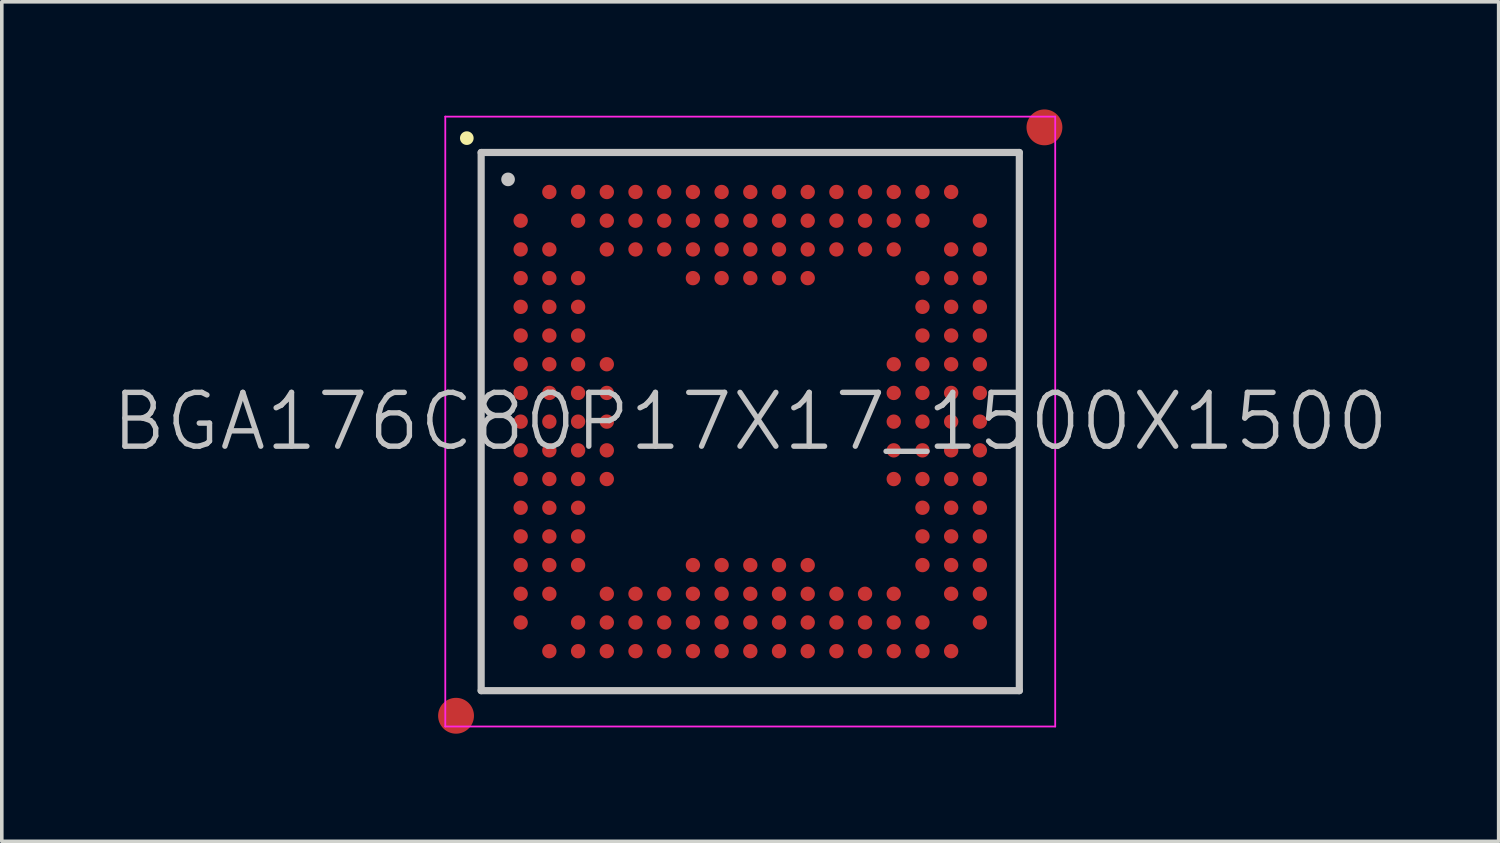
<source format=kicad_pcb>
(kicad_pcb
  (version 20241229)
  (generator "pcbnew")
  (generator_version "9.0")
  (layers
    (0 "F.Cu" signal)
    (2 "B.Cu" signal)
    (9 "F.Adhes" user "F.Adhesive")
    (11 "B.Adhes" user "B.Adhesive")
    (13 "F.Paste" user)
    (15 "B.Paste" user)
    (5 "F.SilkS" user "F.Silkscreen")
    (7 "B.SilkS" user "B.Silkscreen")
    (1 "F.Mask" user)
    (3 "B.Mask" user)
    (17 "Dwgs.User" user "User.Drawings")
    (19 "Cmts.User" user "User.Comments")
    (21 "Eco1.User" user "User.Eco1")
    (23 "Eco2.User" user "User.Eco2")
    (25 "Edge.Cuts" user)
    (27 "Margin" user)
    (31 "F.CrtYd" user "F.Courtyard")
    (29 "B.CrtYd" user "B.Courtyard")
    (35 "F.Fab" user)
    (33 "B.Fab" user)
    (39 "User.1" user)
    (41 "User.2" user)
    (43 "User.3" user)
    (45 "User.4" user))
  (footprint "BGA176C80P17X17_1500X1500"
    (layer "F.Cu")
    (at 17.861 8.7)
    (property "Reference" "BGA176C80P17X17_1500X1500" (at 0 0 0) (layer "Dwgs.User") (effects (font (size 1.5 1.5) (thickness 0.15))))
    (attr smd)
    (fp_line (start -7.9 -7.9) (end -7.9 -7.9) (stroke (width 0.381) (type solid)) (layer "F.SilkS"))
    (fp_line (start -7.5 -7.5) (end -7.5 7.5) (stroke (width 0.2) (type solid)) (layer "Dwgs.User"))
    (fp_line (start -7.5 -7.5) (end 7.5 -7.5) (stroke (width 0.2) (type solid)) (layer "Dwgs.User"))
    (fp_line (start -7.5 7.5) (end 7.5 7.5) (stroke (width 0.2) (type solid)) (layer "Dwgs.User"))
    (fp_line (start -6.75 -6.75) (end -6.75 -6.75) (stroke (width 0.381) (type solid)) (layer "Dwgs.User"))
    (fp_line (start 7.5 -7.5) (end 7.5 7.5) (stroke (width 0.2) (type solid)) (layer "Dwgs.User"))
    (fp_line (start -8.5 -8.5) (end -8.5 8.5) (stroke (width 0.05) (type solid)) (layer "F.CrtYd"))
    (fp_line (start -8.5 -8.5) (end 8.5 -8.5) (stroke (width 0.05) (type solid)) (layer "F.CrtYd"))
    (fp_line (start -8.5 8.5) (end 8.5 8.5) (stroke (width 0.05) (type solid)) (layer "F.CrtYd"))
    (fp_line (start 8.5 -8.5) (end 8.5 8.5) (stroke (width 0.05) (type solid)) (layer "F.CrtYd"))
    (pad "" smd circle (at -8.2 8.2) (size 1 1) (layers "F.Cu" "F.Mask"))
    (pad "" smd circle (at 8.2 -8.2) (size 1 1) (layers "F.Cu" "F.Mask"))
    (pad "A2" smd circle (at -5.599 -6.399) (size 0.4 0.4) (layers "F.Cu" "F.Mask" "F.Paste"))
    (pad "A3" smd circle (at -4.798 -6.399) (size 0.4 0.4) (layers "F.Cu" "F.Mask" "F.Paste"))
    (pad "A4" smd circle (at -3.998 -6.399) (size 0.4 0.4) (layers "F.Cu" "F.Mask" "F.Paste"))
    (pad "A5" smd circle (at -3.198 -6.399) (size 0.4 0.4) (layers "F.Cu" "F.Mask" "F.Paste"))
    (pad "A6" smd circle (at -2.398 -6.399) (size 0.4 0.4) (layers "F.Cu" "F.Mask" "F.Paste"))
    (pad "A7" smd circle (at -1.598 -6.399) (size 0.4 0.4) (layers "F.Cu" "F.Mask" "F.Paste"))
    (pad "A8" smd circle (at -0.798 -6.399) (size 0.4 0.4) (layers "F.Cu" "F.Mask" "F.Paste"))
    (pad "A9" smd circle (at 0.002 -6.399) (size 0.4 0.4) (layers "F.Cu" "F.Mask" "F.Paste"))
    (pad "A10" smd circle (at 0.802 -6.399) (size 0.4 0.4) (layers "F.Cu" "F.Mask" "F.Paste"))
    (pad "A11" smd circle (at 1.602 -6.399) (size 0.4 0.4) (layers "F.Cu" "F.Mask" "F.Paste"))
    (pad "A12" smd circle (at 2.402 -6.399) (size 0.4 0.4) (layers "F.Cu" "F.Mask" "F.Paste"))
    (pad "A13" smd circle (at 3.2 -6.399) (size 0.4 0.4) (layers "F.Cu" "F.Mask" "F.Paste"))
    (pad "A14" smd circle (at 4 -6.399) (size 0.4 0.4) (layers "F.Cu" "F.Mask" "F.Paste"))
    (pad "A15" smd circle (at 4.8 -6.399) (size 0.4 0.4) (layers "F.Cu" "F.Mask" "F.Paste"))
    (pad "A16" smd circle (at 5.6 -6.399) (size 0.4 0.4) (layers "F.Cu" "F.Mask" "F.Paste"))
    (pad "B1" smd circle (at -6.399 -5.599) (size 0.4 0.4) (layers "F.Cu" "F.Mask" "F.Paste"))
    (pad "B3" smd circle (at -4.798 -5.599) (size 0.4 0.4) (layers "F.Cu" "F.Mask" "F.Paste"))
    (pad "B4" smd circle (at -3.998 -5.599) (size 0.4 0.4) (layers "F.Cu" "F.Mask" "F.Paste"))
    (pad "B5" smd circle (at -3.198 -5.599) (size 0.4 0.4) (layers "F.Cu" "F.Mask" "F.Paste"))
    (pad "B6" smd circle (at -2.398 -5.599) (size 0.4 0.4) (layers "F.Cu" "F.Mask" "F.Paste"))
    (pad "B7" smd circle (at -1.598 -5.599) (size 0.4 0.4) (layers "F.Cu" "F.Mask" "F.Paste"))
    (pad "B8" smd circle (at -0.798 -5.599) (size 0.4 0.4) (layers "F.Cu" "F.Mask" "F.Paste"))
    (pad "B9" smd circle (at 0.002 -5.599) (size 0.4 0.4) (layers "F.Cu" "F.Mask" "F.Paste"))
    (pad "B10" smd circle (at 0.802 -5.599) (size 0.4 0.4) (layers "F.Cu" "F.Mask" "F.Paste"))
    (pad "B11" smd circle (at 1.602 -5.599) (size 0.4 0.4) (layers "F.Cu" "F.Mask" "F.Paste"))
    (pad "B12" smd circle (at 2.402 -5.599) (size 0.4 0.4) (layers "F.Cu" "F.Mask" "F.Paste"))
    (pad "B13" smd circle (at 3.2 -5.599) (size 0.4 0.4) (layers "F.Cu" "F.Mask" "F.Paste"))
    (pad "B14" smd circle (at 4 -5.599) (size 0.4 0.4) (layers "F.Cu" "F.Mask" "F.Paste"))
    (pad "B15" smd circle (at 4.8 -5.599) (size 0.4 0.4) (layers "F.Cu" "F.Mask" "F.Paste"))
    (pad "B17" smd circle (at 6.4 -5.599) (size 0.4 0.4) (layers "F.Cu" "F.Mask" "F.Paste"))
    (pad "C1" smd circle (at -6.399 -4.798) (size 0.4 0.4) (layers "F.Cu" "F.Mask" "F.Paste"))
    (pad "C2" smd circle (at -5.599 -4.798) (size 0.4 0.4) (layers "F.Cu" "F.Mask" "F.Paste"))
    (pad "C4" smd circle (at -3.998 -4.798) (size 0.4 0.4) (layers "F.Cu" "F.Mask" "F.Paste"))
    (pad "C5" smd circle (at -3.198 -4.798) (size 0.4 0.4) (layers "F.Cu" "F.Mask" "F.Paste"))
    (pad "C6" smd circle (at -2.398 -4.798) (size 0.4 0.4) (layers "F.Cu" "F.Mask" "F.Paste"))
    (pad "C7" smd circle (at -1.598 -4.798) (size 0.4 0.4) (layers "F.Cu" "F.Mask" "F.Paste"))
    (pad "C8" smd circle (at -0.798 -4.798) (size 0.4 0.4) (layers "F.Cu" "F.Mask" "F.Paste"))
    (pad "C9" smd circle (at 0.002 -4.798) (size 0.4 0.4) (layers "F.Cu" "F.Mask" "F.Paste"))
    (pad "C10" smd circle (at 0.802 -4.798) (size 0.4 0.4) (layers "F.Cu" "F.Mask" "F.Paste"))
    (pad "C11" smd circle (at 1.602 -4.798) (size 0.4 0.4) (layers "F.Cu" "F.Mask" "F.Paste"))
    (pad "C12" smd circle (at 2.402 -4.798) (size 0.4 0.4) (layers "F.Cu" "F.Mask" "F.Paste"))
    (pad "C13" smd circle (at 3.2 -4.798) (size 0.4 0.4) (layers "F.Cu" "F.Mask" "F.Paste"))
    (pad "C14" smd circle (at 4 -4.798) (size 0.4 0.4) (layers "F.Cu" "F.Mask" "F.Paste"))
    (pad "C16" smd circle (at 5.6 -4.798) (size 0.4 0.4) (layers "F.Cu" "F.Mask" "F.Paste"))
    (pad "C17" smd circle (at 6.4 -4.798) (size 0.4 0.4) (layers "F.Cu" "F.Mask" "F.Paste"))
    (pad "D1" smd circle (at -6.399 -3.998) (size 0.4 0.4) (layers "F.Cu" "F.Mask" "F.Paste"))
    (pad "D2" smd circle (at -5.599 -3.998) (size 0.4 0.4) (layers "F.Cu" "F.Mask" "F.Paste"))
    (pad "D3" smd circle (at -4.798 -3.998) (size 0.4 0.4) (layers "F.Cu" "F.Mask" "F.Paste"))
    (pad "D7" smd circle (at -1.598 -3.998) (size 0.4 0.4) (layers "F.Cu" "F.Mask" "F.Paste"))
    (pad "D8" smd circle (at -0.798 -3.998) (size 0.4 0.4) (layers "F.Cu" "F.Mask" "F.Paste"))
    (pad "D9" smd circle (at 0.002 -3.998) (size 0.4 0.4) (layers "F.Cu" "F.Mask" "F.Paste"))
    (pad "D10" smd circle (at 0.802 -3.998) (size 0.4 0.4) (layers "F.Cu" "F.Mask" "F.Paste"))
    (pad "D11" smd circle (at 1.602 -3.998) (size 0.4 0.4) (layers "F.Cu" "F.Mask" "F.Paste"))
    (pad "D15" smd circle (at 4.8 -3.998) (size 0.4 0.4) (layers "F.Cu" "F.Mask" "F.Paste"))
    (pad "D16" smd circle (at 5.6 -3.998) (size 0.4 0.4) (layers "F.Cu" "F.Mask" "F.Paste"))
    (pad "D17" smd circle (at 6.4 -3.998) (size 0.4 0.4) (layers "F.Cu" "F.Mask" "F.Paste"))
    (pad "E1" smd circle (at -6.399 -3.198) (size 0.4 0.4) (layers "F.Cu" "F.Mask" "F.Paste"))
    (pad "E2" smd circle (at -5.599 -3.198) (size 0.4 0.4) (layers "F.Cu" "F.Mask" "F.Paste"))
    (pad "E3" smd circle (at -4.798 -3.198) (size 0.4 0.4) (layers "F.Cu" "F.Mask" "F.Paste"))
    (pad "E15" smd circle (at 4.8 -3.198) (size 0.4 0.4) (layers "F.Cu" "F.Mask" "F.Paste"))
    (pad "E16" smd circle (at 5.6 -3.198) (size 0.4 0.4) (layers "F.Cu" "F.Mask" "F.Paste"))
    (pad "E17" smd circle (at 6.4 -3.198) (size 0.4 0.4) (layers "F.Cu" "F.Mask" "F.Paste"))
    (pad "F1" smd circle (at -6.399 -2.398) (size 0.4 0.4) (layers "F.Cu" "F.Mask" "F.Paste"))
    (pad "F2" smd circle (at -5.599 -2.398) (size 0.4 0.4) (layers "F.Cu" "F.Mask" "F.Paste"))
    (pad "F3" smd circle (at -4.798 -2.398) (size 0.4 0.4) (layers "F.Cu" "F.Mask" "F.Paste"))
    (pad "F15" smd circle (at 4.8 -2.398) (size 0.4 0.4) (layers "F.Cu" "F.Mask" "F.Paste"))
    (pad "F16" smd circle (at 5.6 -2.398) (size 0.4 0.4) (layers "F.Cu" "F.Mask" "F.Paste"))
    (pad "F17" smd circle (at 6.4 -2.398) (size 0.4 0.4) (layers "F.Cu" "F.Mask" "F.Paste"))
    (pad "G1" smd circle (at -6.399 -1.598) (size 0.4 0.4) (layers "F.Cu" "F.Mask" "F.Paste"))
    (pad "G2" smd circle (at -5.599 -1.598) (size 0.4 0.4) (layers "F.Cu" "F.Mask" "F.Paste"))
    (pad "G3" smd circle (at -4.798 -1.598) (size 0.4 0.4) (layers "F.Cu" "F.Mask" "F.Paste"))
    (pad "G4" smd circle (at -3.998 -1.598) (size 0.4 0.4) (layers "F.Cu" "F.Mask" "F.Paste"))
    (pad "G14" smd circle (at 4 -1.598) (size 0.4 0.4) (layers "F.Cu" "F.Mask" "F.Paste"))
    (pad "G15" smd circle (at 4.8 -1.598) (size 0.4 0.4) (layers "F.Cu" "F.Mask" "F.Paste"))
    (pad "G16" smd circle (at 5.6 -1.598) (size 0.4 0.4) (layers "F.Cu" "F.Mask" "F.Paste"))
    (pad "G17" smd circle (at 6.4 -1.598) (size 0.4 0.4) (layers "F.Cu" "F.Mask" "F.Paste"))
    (pad "H1" smd circle (at -6.399 -0.798) (size 0.4 0.4) (layers "F.Cu" "F.Mask" "F.Paste"))
    (pad "H2" smd circle (at -5.599 -0.798) (size 0.4 0.4) (layers "F.Cu" "F.Mask" "F.Paste"))
    (pad "H3" smd circle (at -4.798 -0.798) (size 0.4 0.4) (layers "F.Cu" "F.Mask" "F.Paste"))
    (pad "H4" smd circle (at -3.998 -0.798) (size 0.4 0.4) (layers "F.Cu" "F.Mask" "F.Paste"))
    (pad "H14" smd circle (at 4 -0.798) (size 0.4 0.4) (layers "F.Cu" "F.Mask" "F.Paste"))
    (pad "H15" smd circle (at 4.8 -0.798) (size 0.4 0.4) (layers "F.Cu" "F.Mask" "F.Paste"))
    (pad "H16" smd circle (at 5.6 -0.798) (size 0.4 0.4) (layers "F.Cu" "F.Mask" "F.Paste"))
    (pad "H17" smd circle (at 6.4 -0.798) (size 0.4 0.4) (layers "F.Cu" "F.Mask" "F.Paste"))
    (pad "J1" smd circle (at -6.399 0.002) (size 0.4 0.4) (layers "F.Cu" "F.Mask" "F.Paste"))
    (pad "J2" smd circle (at -5.599 0.002) (size 0.4 0.4) (layers "F.Cu" "F.Mask" "F.Paste"))
    (pad "J3" smd circle (at -4.798 0.002) (size 0.4 0.4) (layers "F.Cu" "F.Mask" "F.Paste"))
    (pad "J4" smd circle (at -3.998 0.002) (size 0.4 0.4) (layers "F.Cu" "F.Mask" "F.Paste"))
    (pad "J14" smd circle (at 4 0.002) (size 0.4 0.4) (layers "F.Cu" "F.Mask" "F.Paste"))
    (pad "J15" smd circle (at 4.8 0.002) (size 0.4 0.4) (layers "F.Cu" "F.Mask" "F.Paste"))
    (pad "J16" smd circle (at 5.6 0.002) (size 0.4 0.4) (layers "F.Cu" "F.Mask" "F.Paste"))
    (pad "J17" smd circle (at 6.4 0.002) (size 0.4 0.4) (layers "F.Cu" "F.Mask" "F.Paste"))
    (pad "K1" smd circle (at -6.399 0.802) (size 0.4 0.4) (layers "F.Cu" "F.Mask" "F.Paste"))
    (pad "K2" smd circle (at -5.599 0.802) (size 0.4 0.4) (layers "F.Cu" "F.Mask" "F.Paste"))
    (pad "K3" smd circle (at -4.798 0.802) (size 0.4 0.4) (layers "F.Cu" "F.Mask" "F.Paste"))
    (pad "K4" smd circle (at -3.998 0.802) (size 0.4 0.4) (layers "F.Cu" "F.Mask" "F.Paste"))
    (pad "K14" smd circle (at 4 0.802) (size 0.4 0.4) (layers "F.Cu" "F.Mask" "F.Paste"))
    (pad "K15" smd circle (at 4.8 0.802) (size 0.4 0.4) (layers "F.Cu" "F.Mask" "F.Paste"))
    (pad "K16" smd circle (at 5.6 0.802) (size 0.4 0.4) (layers "F.Cu" "F.Mask" "F.Paste"))
    (pad "K17" smd circle (at 6.4 0.802) (size 0.4 0.4) (layers "F.Cu" "F.Mask" "F.Paste"))
    (pad "L1" smd circle (at -6.399 1.602) (size 0.4 0.4) (layers "F.Cu" "F.Mask" "F.Paste"))
    (pad "L2" smd circle (at -5.599 1.602) (size 0.4 0.4) (layers "F.Cu" "F.Mask" "F.Paste"))
    (pad "L3" smd circle (at -4.798 1.602) (size 0.4 0.4) (layers "F.Cu" "F.Mask" "F.Paste"))
    (pad "L4" smd circle (at -3.998 1.602) (size 0.4 0.4) (layers "F.Cu" "F.Mask" "F.Paste"))
    (pad "L14" smd circle (at 4 1.602) (size 0.4 0.4) (layers "F.Cu" "F.Mask" "F.Paste"))
    (pad "L15" smd circle (at 4.8 1.602) (size 0.4 0.4) (layers "F.Cu" "F.Mask" "F.Paste"))
    (pad "L16" smd circle (at 5.6 1.602) (size 0.4 0.4) (layers "F.Cu" "F.Mask" "F.Paste"))
    (pad "L17" smd circle (at 6.4 1.602) (size 0.4 0.4) (layers "F.Cu" "F.Mask" "F.Paste"))
    (pad "M1" smd circle (at -6.399 2.402) (size 0.4 0.4) (layers "F.Cu" "F.Mask" "F.Paste"))
    (pad "M2" smd circle (at -5.599 2.402) (size 0.4 0.4) (layers "F.Cu" "F.Mask" "F.Paste"))
    (pad "M3" smd circle (at -4.798 2.402) (size 0.4 0.4) (layers "F.Cu" "F.Mask" "F.Paste"))
    (pad "M15" smd circle (at 4.8 2.402) (size 0.4 0.4) (layers "F.Cu" "F.Mask" "F.Paste"))
    (pad "M16" smd circle (at 5.6 2.402) (size 0.4 0.4) (layers "F.Cu" "F.Mask" "F.Paste"))
    (pad "M17" smd circle (at 6.4 2.402) (size 0.4 0.4) (layers "F.Cu" "F.Mask" "F.Paste"))
    (pad "N1" smd circle (at -6.399 3.2) (size 0.4 0.4) (layers "F.Cu" "F.Mask" "F.Paste"))
    (pad "N2" smd circle (at -5.599 3.2) (size 0.4 0.4) (layers "F.Cu" "F.Mask" "F.Paste"))
    (pad "N3" smd circle (at -4.798 3.2) (size 0.4 0.4) (layers "F.Cu" "F.Mask" "F.Paste"))
    (pad "N15" smd circle (at 4.8 3.2) (size 0.4 0.4) (layers "F.Cu" "F.Mask" "F.Paste"))
    (pad "N16" smd circle (at 5.6 3.2) (size 0.4 0.4) (layers "F.Cu" "F.Mask" "F.Paste"))
    (pad "N17" smd circle (at 6.4 3.2) (size 0.4 0.4) (layers "F.Cu" "F.Mask" "F.Paste"))
    (pad "P1" smd circle (at -6.399 4) (size 0.4 0.4) (layers "F.Cu" "F.Mask" "F.Paste"))
    (pad "P2" smd circle (at -5.599 4) (size 0.4 0.4) (layers "F.Cu" "F.Mask" "F.Paste"))
    (pad "P3" smd circle (at -4.798 4) (size 0.4 0.4) (layers "F.Cu" "F.Mask" "F.Paste"))
    (pad "P7" smd circle (at -1.598 4) (size 0.4 0.4) (layers "F.Cu" "F.Mask" "F.Paste"))
    (pad "P8" smd circle (at -0.798 4) (size 0.4 0.4) (layers "F.Cu" "F.Mask" "F.Paste"))
    (pad "P9" smd circle (at 0.002 4) (size 0.4 0.4) (layers "F.Cu" "F.Mask" "F.Paste"))
    (pad "P10" smd circle (at 0.802 4) (size 0.4 0.4) (layers "F.Cu" "F.Mask" "F.Paste"))
    (pad "P11" smd circle (at 1.602 4) (size 0.4 0.4) (layers "F.Cu" "F.Mask" "F.Paste"))
    (pad "P15" smd circle (at 4.8 4) (size 0.4 0.4) (layers "F.Cu" "F.Mask" "F.Paste"))
    (pad "P16" smd circle (at 5.6 4) (size 0.4 0.4) (layers "F.Cu" "F.Mask" "F.Paste"))
    (pad "P17" smd circle (at 6.4 4) (size 0.4 0.4) (layers "F.Cu" "F.Mask" "F.Paste"))
    (pad "R1" smd circle (at -6.399 4.8) (size 0.4 0.4) (layers "F.Cu" "F.Mask" "F.Paste"))
    (pad "R2" smd circle (at -5.599 4.8) (size 0.4 0.4) (layers "F.Cu" "F.Mask" "F.Paste"))
    (pad "R4" smd circle (at -3.998 4.8) (size 0.4 0.4) (layers "F.Cu" "F.Mask" "F.Paste"))
    (pad "R5" smd circle (at -3.198 4.8) (size 0.4 0.4) (layers "F.Cu" "F.Mask" "F.Paste"))
    (pad "R6" smd circle (at -2.398 4.8) (size 0.4 0.4) (layers "F.Cu" "F.Mask" "F.Paste"))
    (pad "R7" smd circle (at -1.598 4.8) (size 0.4 0.4) (layers "F.Cu" "F.Mask" "F.Paste"))
    (pad "R8" smd circle (at -0.798 4.8) (size 0.4 0.4) (layers "F.Cu" "F.Mask" "F.Paste"))
    (pad "R9" smd circle (at 0.002 4.8) (size 0.4 0.4) (layers "F.Cu" "F.Mask" "F.Paste"))
    (pad "R10" smd circle (at 0.802 4.8) (size 0.4 0.4) (layers "F.Cu" "F.Mask" "F.Paste"))
    (pad "R11" smd circle (at 1.602 4.8) (size 0.4 0.4) (layers "F.Cu" "F.Mask" "F.Paste"))
    (pad "R12" smd circle (at 2.402 4.8) (size 0.4 0.4) (layers "F.Cu" "F.Mask" "F.Paste"))
    (pad "R13" smd circle (at 3.2 4.8) (size 0.4 0.4) (layers "F.Cu" "F.Mask" "F.Paste"))
    (pad "R14" smd circle (at 4 4.8) (size 0.4 0.4) (layers "F.Cu" "F.Mask" "F.Paste"))
    (pad "R16" smd circle (at 5.6 4.8) (size 0.4 0.4) (layers "F.Cu" "F.Mask" "F.Paste"))
    (pad "R17" smd circle (at 6.4 4.8) (size 0.4 0.4) (layers "F.Cu" "F.Mask" "F.Paste"))
    (pad "T1" smd circle (at -6.399 5.6) (size 0.4 0.4) (layers "F.Cu" "F.Mask" "F.Paste"))
    (pad "T3" smd circle (at -4.798 5.6) (size 0.4 0.4) (layers "F.Cu" "F.Mask" "F.Paste"))
    (pad "T4" smd circle (at -3.998 5.6) (size 0.4 0.4) (layers "F.Cu" "F.Mask" "F.Paste"))
    (pad "T5" smd circle (at -3.198 5.6) (size 0.4 0.4) (layers "F.Cu" "F.Mask" "F.Paste"))
    (pad "T6" smd circle (at -2.398 5.6) (size 0.4 0.4) (layers "F.Cu" "F.Mask" "F.Paste"))
    (pad "T7" smd circle (at -1.598 5.6) (size 0.4 0.4) (layers "F.Cu" "F.Mask" "F.Paste"))
    (pad "T8" smd circle (at -0.798 5.6) (size 0.4 0.4) (layers "F.Cu" "F.Mask" "F.Paste"))
    (pad "T9" smd circle (at 0.002 5.6) (size 0.4 0.4) (layers "F.Cu" "F.Mask" "F.Paste"))
    (pad "T10" smd circle (at 0.802 5.6) (size 0.4 0.4) (layers "F.Cu" "F.Mask" "F.Paste"))
    (pad "T11" smd circle (at 1.602 5.6) (size 0.4 0.4) (layers "F.Cu" "F.Mask" "F.Paste"))
    (pad "T12" smd circle (at 2.402 5.6) (size 0.4 0.4) (layers "F.Cu" "F.Mask" "F.Paste"))
    (pad "T13" smd circle (at 3.2 5.6) (size 0.4 0.4) (layers "F.Cu" "F.Mask" "F.Paste"))
    (pad "T14" smd circle (at 4 5.6) (size 0.4 0.4) (layers "F.Cu" "F.Mask" "F.Paste"))
    (pad "T15" smd circle (at 4.8 5.6) (size 0.4 0.4) (layers "F.Cu" "F.Mask" "F.Paste"))
    (pad "T17" smd circle (at 6.4 5.6) (size 0.4 0.4) (layers "F.Cu" "F.Mask" "F.Paste"))
    (pad "U2" smd circle (at -5.599 6.4) (size 0.4 0.4) (layers "F.Cu" "F.Mask" "F.Paste"))
    (pad "U3" smd circle (at -4.798 6.4) (size 0.4 0.4) (layers "F.Cu" "F.Mask" "F.Paste"))
    (pad "U4" smd circle (at -3.998 6.4) (size 0.4 0.4) (layers "F.Cu" "F.Mask" "F.Paste"))
    (pad "U5" smd circle (at -3.198 6.4) (size 0.4 0.4) (layers "F.Cu" "F.Mask" "F.Paste"))
    (pad "U6" smd circle (at -2.398 6.4) (size 0.4 0.4) (layers "F.Cu" "F.Mask" "F.Paste"))
    (pad "U7" smd circle (at -1.598 6.4) (size 0.4 0.4) (layers "F.Cu" "F.Mask" "F.Paste"))
    (pad "U8" smd circle (at -0.798 6.4) (size 0.4 0.4) (layers "F.Cu" "F.Mask" "F.Paste"))
    (pad "U9" smd circle (at 0.002 6.4) (size 0.4 0.4) (layers "F.Cu" "F.Mask" "F.Paste"))
    (pad "U10" smd circle (at 0.802 6.4) (size 0.4 0.4) (layers "F.Cu" "F.Mask" "F.Paste"))
    (pad "U11" smd circle (at 1.602 6.4) (size 0.4 0.4) (layers "F.Cu" "F.Mask" "F.Paste"))
    (pad "U12" smd circle (at 2.402 6.4) (size 0.4 0.4) (layers "F.Cu" "F.Mask" "F.Paste"))
    (pad "U13" smd circle (at 3.2 6.4) (size 0.4 0.4) (layers "F.Cu" "F.Mask" "F.Paste"))
    (pad "U14" smd circle (at 4 6.4) (size 0.4 0.4) (layers "F.Cu" "F.Mask" "F.Paste"))
    (pad "U15" smd circle (at 4.8 6.4) (size 0.4 0.4) (layers "F.Cu" "F.Mask" "F.Paste"))
    (pad "U16" smd circle (at 5.6 6.4) (size 0.4 0.4) (layers "F.Cu" "F.Mask" "F.Paste")))
  (gr_rect
    (start -3 -3)
    (end 38.721 20.4)
    (stroke (width 0.1) (type default))
    (fill no)
    (layer "Edge.Cuts")))
</source>
